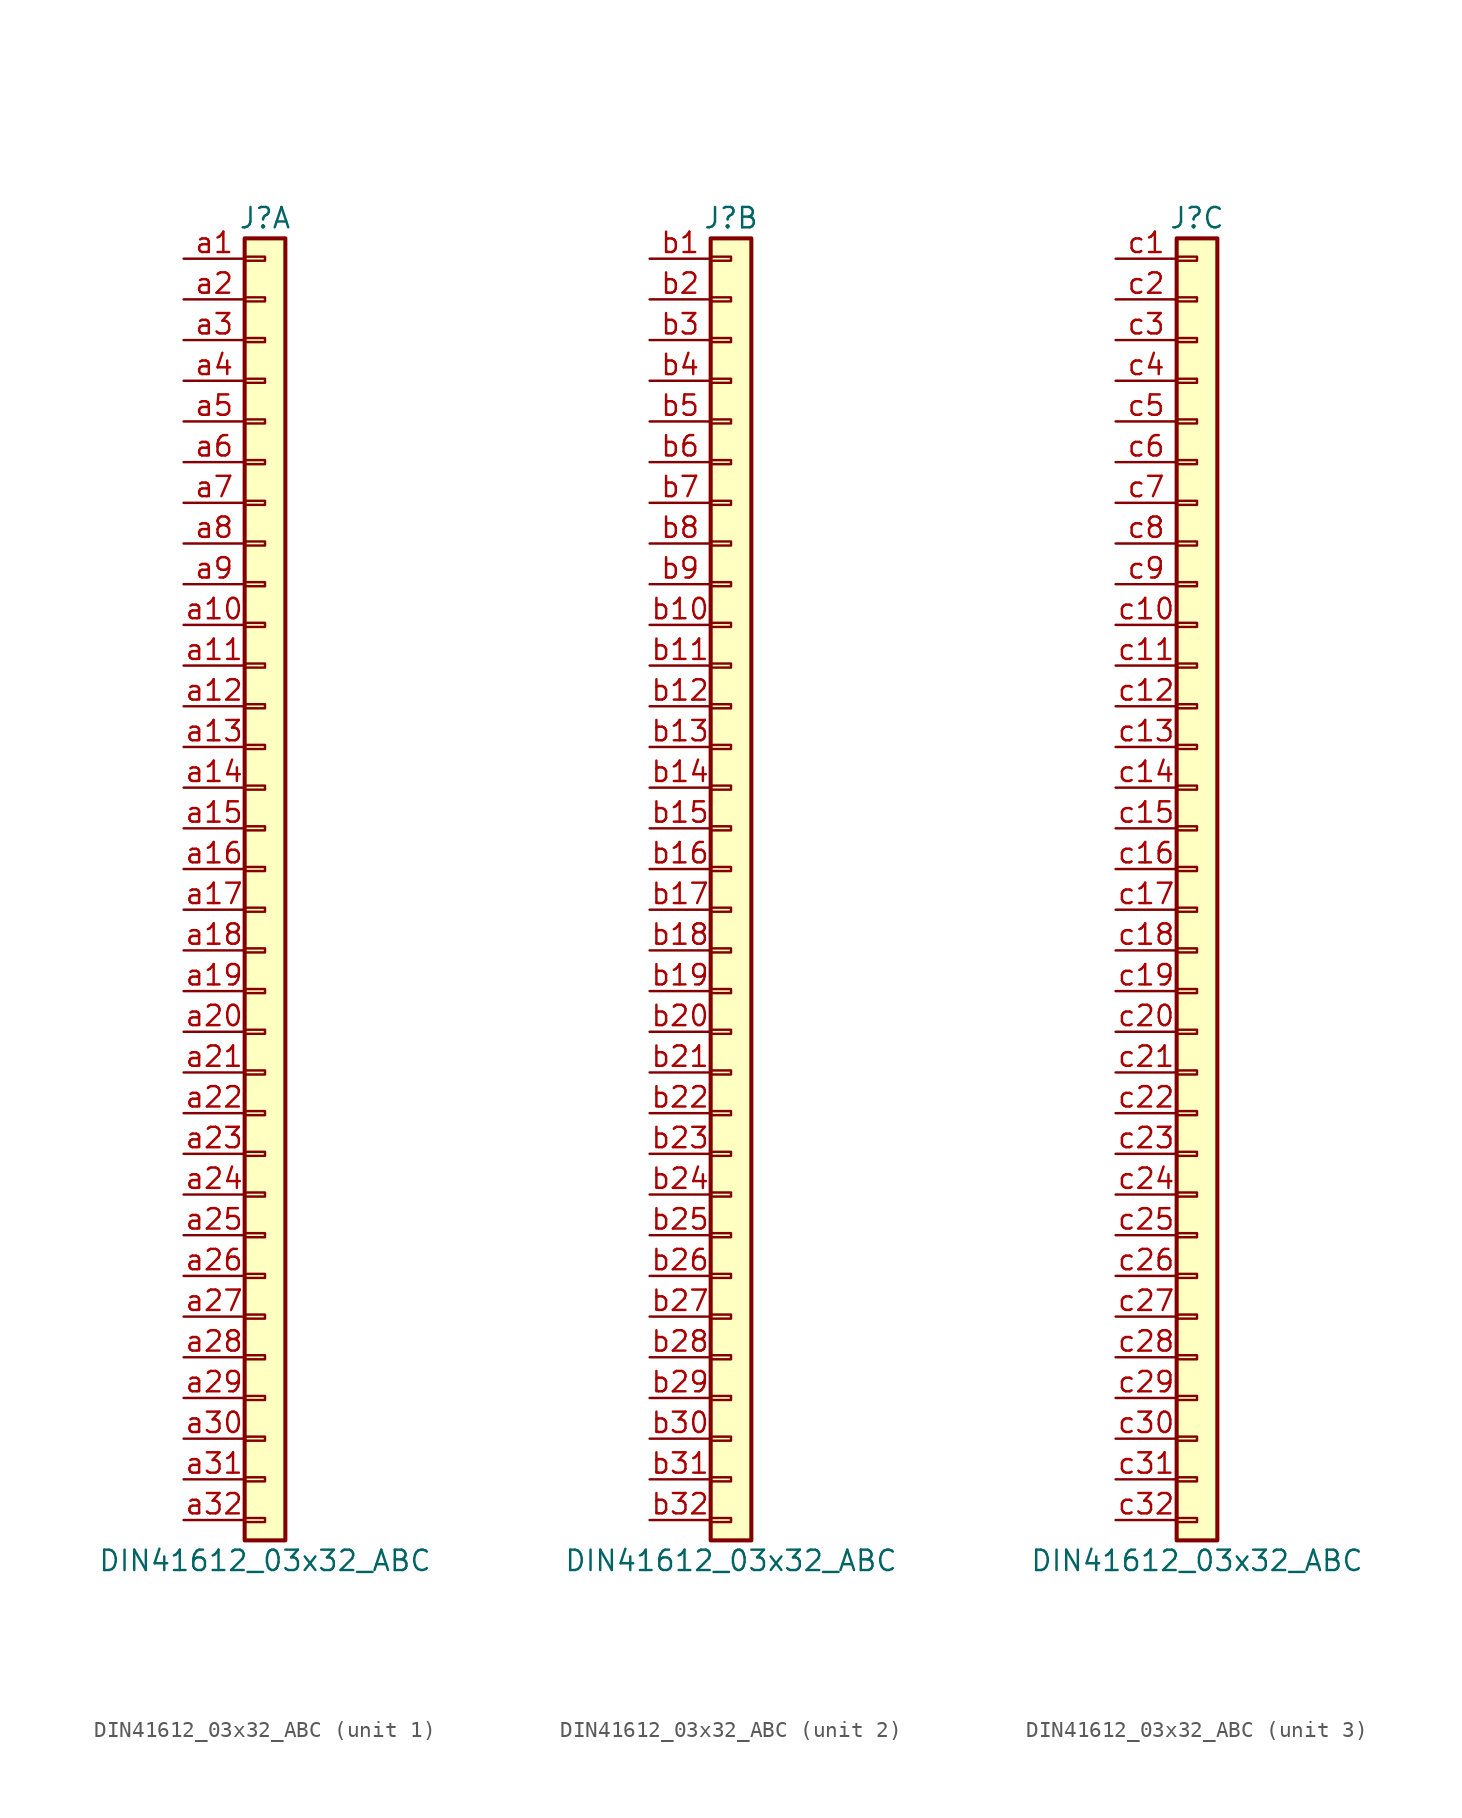
<source format=kicad_sym>
(kicad_symbol_lib
  (version 20220914)
  (generator kicad_symbol_editor)
  (symbol "DIN41612_03x32_ABC"
    (pin_names
      (offset 1.016) hide)
    (property "Reference" "J"
      (at 0 40.64 0)
      (effects (font (size 1.27 1.27))))
    (property "Value" "DIN41612_03x32_ABC"
      (at 0 -43.18 0)
      (effects (font (size 1.27 1.27))))
    (symbol "DIN41612_03x32_ABC_1_1"
      (rectangle (start -1.27 -40.513) (end 0 -40.767) (stroke (width 0.152) (type default)) (fill (type none)))
      (rectangle (start -1.27 -37.973) (end 0 -38.227) (stroke (width 0.152) (type default)) (fill (type none)))
      (rectangle (start -1.27 -35.433) (end 0 -35.687) (stroke (width 0.152) (type default)) (fill (type none)))
      (rectangle (start -1.27 -32.893) (end 0 -33.147) (stroke (width 0.152) (type default)) (fill (type none)))
      (rectangle (start -1.27 -30.353) (end 0 -30.607) (stroke (width 0.152) (type default)) (fill (type none)))
      (rectangle (start -1.27 -27.813) (end 0 -28.067) (stroke (width 0.152) (type default)) (fill (type none)))
      (rectangle (start -1.27 -25.273) (end 0 -25.527) (stroke (width 0.152) (type default)) (fill (type none)))
      (rectangle (start -1.27 -22.733) (end 0 -22.987) (stroke (width 0.152) (type default)) (fill (type none)))
      (rectangle (start -1.27 -20.193) (end 0 -20.447) (stroke (width 0.152) (type default)) (fill (type none)))
      (rectangle (start -1.27 -17.653) (end 0 -17.907) (stroke (width 0.152) (type default)) (fill (type none)))
      (rectangle (start -1.27 -15.113) (end 0 -15.367) (stroke (width 0.152) (type default)) (fill (type none)))
      (rectangle (start -1.27 -12.573) (end 0 -12.827) (stroke (width 0.152) (type default)) (fill (type none)))
      (rectangle (start -1.27 -10.033) (end 0 -10.287) (stroke (width 0.152) (type default)) (fill (type none)))
      (rectangle (start -1.27 -7.493) (end 0 -7.747) (stroke (width 0.152) (type default)) (fill (type none)))
      (rectangle (start -1.27 -4.953) (end 0 -5.207) (stroke (width 0.152) (type default)) (fill (type none)))
      (rectangle (start -1.27 -2.413) (end 0 -2.667) (stroke (width 0.152) (type default)) (fill (type none)))
      (rectangle (start -1.27 0.127) (end 0 -0.127) (stroke (width 0.152) (type default)) (fill (type none)))
      (rectangle (start -1.27 2.667) (end 0 2.413) (stroke (width 0.152) (type default)) (fill (type none)))
      (rectangle (start -1.27 5.207) (end 0 4.953) (stroke (width 0.152) (type default)) (fill (type none)))
      (rectangle (start -1.27 7.747) (end 0 7.493) (stroke (width 0.152) (type default)) (fill (type none)))
      (rectangle (start -1.27 10.287) (end 0 10.033) (stroke (width 0.152) (type default)) (fill (type none)))
      (rectangle (start -1.27 12.827) (end 0 12.573) (stroke (width 0.152) (type default)) (fill (type none)))
      (rectangle (start -1.27 15.367) (end 0 15.113) (stroke (width 0.152) (type default)) (fill (type none)))
      (rectangle (start -1.27 17.907) (end 0 17.653) (stroke (width 0.152) (type default)) (fill (type none)))
      (rectangle (start -1.27 20.447) (end 0 20.193) (stroke (width 0.152) (type default)) (fill (type none)))
      (rectangle (start -1.27 22.987) (end 0 22.733) (stroke (width 0.152) (type default)) (fill (type none)))
      (rectangle (start -1.27 25.527) (end 0 25.273) (stroke (width 0.152) (type default)) (fill (type none)))
      (rectangle (start -1.27 28.067) (end 0 27.813) (stroke (width 0.152) (type default)) (fill (type none)))
      (rectangle (start -1.27 30.607) (end 0 30.353) (stroke (width 0.152) (type default)) (fill (type none)))
      (rectangle (start -1.27 33.147) (end 0 32.893) (stroke (width 0.152) (type default)) (fill (type none)))
      (rectangle (start -1.27 35.687) (end 0 35.433) (stroke (width 0.152) (type default)) (fill (type none)))
      (rectangle (start -1.27 38.227) (end 0 37.973) (stroke (width 0.152) (type default)) (fill (type none)))
      (rectangle (start -1.27 39.37) (end 1.27 -41.91) (stroke (width 0.254) (type default)) (fill (type background)))
      (pin passive line (at -5.08 38.1 0) (length 3.81) (name "Pin_a1" (effects (font (size 1.27 1.27)))) (number "a1" (effects (font (size 1.27 1.27)))))
      (pin passive line (at -5.08 15.24 0) (length 3.81) (name "Pin_a10" (effects (font (size 1.27 1.27)))) (number "a10" (effects (font (size 1.27 1.27)))))
      (pin passive line (at -5.08 12.7 0) (length 3.81) (name "Pin_a11" (effects (font (size 1.27 1.27)))) (number "a11" (effects (font (size 1.27 1.27)))))
      (pin passive line (at -5.08 10.16 0) (length 3.81) (name "Pin_a12" (effects (font (size 1.27 1.27)))) (number "a12" (effects (font (size 1.27 1.27)))))
      (pin passive line (at -5.08 7.62 0) (length 3.81) (name "Pin_a13" (effects (font (size 1.27 1.27)))) (number "a13" (effects (font (size 1.27 1.27)))))
      (pin passive line (at -5.08 5.08 0) (length 3.81) (name "Pin_a14" (effects (font (size 1.27 1.27)))) (number "a14" (effects (font (size 1.27 1.27)))))
      (pin passive line (at -5.08 2.54 0) (length 3.81) (name "Pin_a15" (effects (font (size 1.27 1.27)))) (number "a15" (effects (font (size 1.27 1.27)))))
      (pin passive line (at -5.08 0 0) (length 3.81) (name "Pin_a16" (effects (font (size 1.27 1.27)))) (number "a16" (effects (font (size 1.27 1.27)))))
      (pin passive line (at -5.08 -2.54 0) (length 3.81) (name "Pin_a17" (effects (font (size 1.27 1.27)))) (number "a17" (effects (font (size 1.27 1.27)))))
      (pin passive line (at -5.08 -5.08 0) (length 3.81) (name "Pin_a18" (effects (font (size 1.27 1.27)))) (number "a18" (effects (font (size 1.27 1.27)))))
      (pin passive line (at -5.08 -7.62 0) (length 3.81) (name "Pin_a19" (effects (font (size 1.27 1.27)))) (number "a19" (effects (font (size 1.27 1.27)))))
      (pin passive line (at -5.08 35.56 0) (length 3.81) (name "Pin_a2" (effects (font (size 1.27 1.27)))) (number "a2" (effects (font (size 1.27 1.27)))))
      (pin passive line (at -5.08 -10.16 0) (length 3.81) (name "Pin_a20" (effects (font (size 1.27 1.27)))) (number "a20" (effects (font (size 1.27 1.27)))))
      (pin passive line (at -5.08 -12.7 0) (length 3.81) (name "Pin_a21" (effects (font (size 1.27 1.27)))) (number "a21" (effects (font (size 1.27 1.27)))))
      (pin passive line (at -5.08 -15.24 0) (length 3.81) (name "Pin_a22" (effects (font (size 1.27 1.27)))) (number "a22" (effects (font (size 1.27 1.27)))))
      (pin passive line (at -5.08 -17.78 0) (length 3.81) (name "Pin_a23" (effects (font (size 1.27 1.27)))) (number "a23" (effects (font (size 1.27 1.27)))))
      (pin passive line (at -5.08 -20.32 0) (length 3.81) (name "Pin_a24" (effects (font (size 1.27 1.27)))) (number "a24" (effects (font (size 1.27 1.27)))))
      (pin passive line (at -5.08 -22.86 0) (length 3.81) (name "Pin_a25" (effects (font (size 1.27 1.27)))) (number "a25" (effects (font (size 1.27 1.27)))))
      (pin passive line (at -5.08 -25.4 0) (length 3.81) (name "Pin_a26" (effects (font (size 1.27 1.27)))) (number "a26" (effects (font (size 1.27 1.27)))))
      (pin passive line (at -5.08 -27.94 0) (length 3.81) (name "Pin_a27" (effects (font (size 1.27 1.27)))) (number "a27" (effects (font (size 1.27 1.27)))))
      (pin passive line (at -5.08 -30.48 0) (length 3.81) (name "Pin_a28" (effects (font (size 1.27 1.27)))) (number "a28" (effects (font (size 1.27 1.27)))))
      (pin passive line (at -5.08 -33.02 0) (length 3.81) (name "Pin_a29" (effects (font (size 1.27 1.27)))) (number "a29" (effects (font (size 1.27 1.27)))))
      (pin passive line (at -5.08 33.02 0) (length 3.81) (name "Pin_a3" (effects (font (size 1.27 1.27)))) (number "a3" (effects (font (size 1.27 1.27)))))
      (pin passive line (at -5.08 -35.56 0) (length 3.81) (name "Pin_a30" (effects (font (size 1.27 1.27)))) (number "a30" (effects (font (size 1.27 1.27)))))
      (pin passive line (at -5.08 -38.1 0) (length 3.81) (name "Pin_a31" (effects (font (size 1.27 1.27)))) (number "a31" (effects (font (size 1.27 1.27)))))
      (pin passive line (at -5.08 -40.64 0) (length 3.81) (name "Pin_a32" (effects (font (size 1.27 1.27)))) (number "a32" (effects (font (size 1.27 1.27)))))
      (pin passive line (at -5.08 30.48 0) (length 3.81) (name "Pin_a4" (effects (font (size 1.27 1.27)))) (number "a4" (effects (font (size 1.27 1.27)))))
      (pin passive line (at -5.08 27.94 0) (length 3.81) (name "Pin_a5" (effects (font (size 1.27 1.27)))) (number "a5" (effects (font (size 1.27 1.27)))))
      (pin passive line (at -5.08 25.4 0) (length 3.81) (name "Pin_a6" (effects (font (size 1.27 1.27)))) (number "a6" (effects (font (size 1.27 1.27)))))
      (pin passive line (at -5.08 22.86 0) (length 3.81) (name "Pin_a7" (effects (font (size 1.27 1.27)))) (number "a7" (effects (font (size 1.27 1.27)))))
      (pin passive line (at -5.08 20.32 0) (length 3.81) (name "Pin_a8" (effects (font (size 1.27 1.27)))) (number "a8" (effects (font (size 1.27 1.27)))))
      (pin passive line (at -5.08 17.78 0) (length 3.81) (name "Pin_a9" (effects (font (size 1.27 1.27)))) (number "a9" (effects (font (size 1.27 1.27))))))
    (symbol "DIN41612_03x32_ABC_2_1"
      (rectangle (start -1.27 -40.513) (end 0 -40.767) (stroke (width 0.152) (type default)) (fill (type none)))
      (rectangle (start -1.27 -37.973) (end 0 -38.227) (stroke (width 0.152) (type default)) (fill (type none)))
      (rectangle (start -1.27 -35.433) (end 0 -35.687) (stroke (width 0.152) (type default)) (fill (type none)))
      (rectangle (start -1.27 -32.893) (end 0 -33.147) (stroke (width 0.152) (type default)) (fill (type none)))
      (rectangle (start -1.27 -30.353) (end 0 -30.607) (stroke (width 0.152) (type default)) (fill (type none)))
      (rectangle (start -1.27 -27.813) (end 0 -28.067) (stroke (width 0.152) (type default)) (fill (type none)))
      (rectangle (start -1.27 -25.273) (end 0 -25.527) (stroke (width 0.152) (type default)) (fill (type none)))
      (rectangle (start -1.27 -22.733) (end 0 -22.987) (stroke (width 0.152) (type default)) (fill (type none)))
      (rectangle (start -1.27 -20.193) (end 0 -20.447) (stroke (width 0.152) (type default)) (fill (type none)))
      (rectangle (start -1.27 -17.653) (end 0 -17.907) (stroke (width 0.152) (type default)) (fill (type none)))
      (rectangle (start -1.27 -15.113) (end 0 -15.367) (stroke (width 0.152) (type default)) (fill (type none)))
      (rectangle (start -1.27 -12.573) (end 0 -12.827) (stroke (width 0.152) (type default)) (fill (type none)))
      (rectangle (start -1.27 -10.033) (end 0 -10.287) (stroke (width 0.152) (type default)) (fill (type none)))
      (rectangle (start -1.27 -7.493) (end 0 -7.747) (stroke (width 0.152) (type default)) (fill (type none)))
      (rectangle (start -1.27 -4.953) (end 0 -5.207) (stroke (width 0.152) (type default)) (fill (type none)))
      (rectangle (start -1.27 -2.413) (end 0 -2.667) (stroke (width 0.152) (type default)) (fill (type none)))
      (rectangle (start -1.27 0.127) (end 0 -0.127) (stroke (width 0.152) (type default)) (fill (type none)))
      (rectangle (start -1.27 2.667) (end 0 2.413) (stroke (width 0.152) (type default)) (fill (type none)))
      (rectangle (start -1.27 5.207) (end 0 4.953) (stroke (width 0.152) (type default)) (fill (type none)))
      (rectangle (start -1.27 7.747) (end 0 7.493) (stroke (width 0.152) (type default)) (fill (type none)))
      (rectangle (start -1.27 10.287) (end 0 10.033) (stroke (width 0.152) (type default)) (fill (type none)))
      (rectangle (start -1.27 12.827) (end 0 12.573) (stroke (width 0.152) (type default)) (fill (type none)))
      (rectangle (start -1.27 15.367) (end 0 15.113) (stroke (width 0.152) (type default)) (fill (type none)))
      (rectangle (start -1.27 17.907) (end 0 17.653) (stroke (width 0.152) (type default)) (fill (type none)))
      (rectangle (start -1.27 20.447) (end 0 20.193) (stroke (width 0.152) (type default)) (fill (type none)))
      (rectangle (start -1.27 22.987) (end 0 22.733) (stroke (width 0.152) (type default)) (fill (type none)))
      (rectangle (start -1.27 25.527) (end 0 25.273) (stroke (width 0.152) (type default)) (fill (type none)))
      (rectangle (start -1.27 28.067) (end 0 27.813) (stroke (width 0.152) (type default)) (fill (type none)))
      (rectangle (start -1.27 30.607) (end 0 30.353) (stroke (width 0.152) (type default)) (fill (type none)))
      (rectangle (start -1.27 33.147) (end 0 32.893) (stroke (width 0.152) (type default)) (fill (type none)))
      (rectangle (start -1.27 35.687) (end 0 35.433) (stroke (width 0.152) (type default)) (fill (type none)))
      (rectangle (start -1.27 38.227) (end 0 37.973) (stroke (width 0.152) (type default)) (fill (type none)))
      (rectangle (start -1.27 39.37) (end 1.27 -41.91) (stroke (width 0.254) (type default)) (fill (type background)))
      (pin passive line (at -5.08 38.1 0) (length 3.81) (name "Pin_b1" (effects (font (size 1.27 1.27)))) (number "b1" (effects (font (size 1.27 1.27)))))
      (pin passive line (at -5.08 15.24 0) (length 3.81) (name "Pin_b10" (effects (font (size 1.27 1.27)))) (number "b10" (effects (font (size 1.27 1.27)))))
      (pin passive line (at -5.08 12.7 0) (length 3.81) (name "Pin_b11" (effects (font (size 1.27 1.27)))) (number "b11" (effects (font (size 1.27 1.27)))))
      (pin passive line (at -5.08 10.16 0) (length 3.81) (name "Pin_b12" (effects (font (size 1.27 1.27)))) (number "b12" (effects (font (size 1.27 1.27)))))
      (pin passive line (at -5.08 7.62 0) (length 3.81) (name "Pin_b13" (effects (font (size 1.27 1.27)))) (number "b13" (effects (font (size 1.27 1.27)))))
      (pin passive line (at -5.08 5.08 0) (length 3.81) (name "Pin_b14" (effects (font (size 1.27 1.27)))) (number "b14" (effects (font (size 1.27 1.27)))))
      (pin passive line (at -5.08 2.54 0) (length 3.81) (name "Pin_b15" (effects (font (size 1.27 1.27)))) (number "b15" (effects (font (size 1.27 1.27)))))
      (pin passive line (at -5.08 0 0) (length 3.81) (name "Pin_b16" (effects (font (size 1.27 1.27)))) (number "b16" (effects (font (size 1.27 1.27)))))
      (pin passive line (at -5.08 -2.54 0) (length 3.81) (name "Pin_b17" (effects (font (size 1.27 1.27)))) (number "b17" (effects (font (size 1.27 1.27)))))
      (pin passive line (at -5.08 -5.08 0) (length 3.81) (name "Pin_b18" (effects (font (size 1.27 1.27)))) (number "b18" (effects (font (size 1.27 1.27)))))
      (pin passive line (at -5.08 -7.62 0) (length 3.81) (name "Pin_b19" (effects (font (size 1.27 1.27)))) (number "b19" (effects (font (size 1.27 1.27)))))
      (pin passive line (at -5.08 35.56 0) (length 3.81) (name "Pin_b2" (effects (font (size 1.27 1.27)))) (number "b2" (effects (font (size 1.27 1.27)))))
      (pin passive line (at -5.08 -10.16 0) (length 3.81) (name "Pin_b20" (effects (font (size 1.27 1.27)))) (number "b20" (effects (font (size 1.27 1.27)))))
      (pin passive line (at -5.08 -12.7 0) (length 3.81) (name "Pin_b21" (effects (font (size 1.27 1.27)))) (number "b21" (effects (font (size 1.27 1.27)))))
      (pin passive line (at -5.08 -15.24 0) (length 3.81) (name "Pin_b22" (effects (font (size 1.27 1.27)))) (number "b22" (effects (font (size 1.27 1.27)))))
      (pin passive line (at -5.08 -17.78 0) (length 3.81) (name "Pin_b23" (effects (font (size 1.27 1.27)))) (number "b23" (effects (font (size 1.27 1.27)))))
      (pin passive line (at -5.08 -20.32 0) (length 3.81) (name "Pin_b24" (effects (font (size 1.27 1.27)))) (number "b24" (effects (font (size 1.27 1.27)))))
      (pin passive line (at -5.08 -22.86 0) (length 3.81) (name "Pin_b25" (effects (font (size 1.27 1.27)))) (number "b25" (effects (font (size 1.27 1.27)))))
      (pin passive line (at -5.08 -25.4 0) (length 3.81) (name "Pin_b26" (effects (font (size 1.27 1.27)))) (number "b26" (effects (font (size 1.27 1.27)))))
      (pin passive line (at -5.08 -27.94 0) (length 3.81) (name "Pin_b27" (effects (font (size 1.27 1.27)))) (number "b27" (effects (font (size 1.27 1.27)))))
      (pin passive line (at -5.08 -30.48 0) (length 3.81) (name "Pin_b28" (effects (font (size 1.27 1.27)))) (number "b28" (effects (font (size 1.27 1.27)))))
      (pin passive line (at -5.08 -33.02 0) (length 3.81) (name "Pin_b29" (effects (font (size 1.27 1.27)))) (number "b29" (effects (font (size 1.27 1.27)))))
      (pin passive line (at -5.08 33.02 0) (length 3.81) (name "Pin_b3" (effects (font (size 1.27 1.27)))) (number "b3" (effects (font (size 1.27 1.27)))))
      (pin passive line (at -5.08 -35.56 0) (length 3.81) (name "Pin_b30" (effects (font (size 1.27 1.27)))) (number "b30" (effects (font (size 1.27 1.27)))))
      (pin passive line (at -5.08 -38.1 0) (length 3.81) (name "Pin_b31" (effects (font (size 1.27 1.27)))) (number "b31" (effects (font (size 1.27 1.27)))))
      (pin passive line (at -5.08 -40.64 0) (length 3.81) (name "Pin_b32" (effects (font (size 1.27 1.27)))) (number "b32" (effects (font (size 1.27 1.27)))))
      (pin passive line (at -5.08 30.48 0) (length 3.81) (name "Pin_b4" (effects (font (size 1.27 1.27)))) (number "b4" (effects (font (size 1.27 1.27)))))
      (pin passive line (at -5.08 27.94 0) (length 3.81) (name "Pin_b5" (effects (font (size 1.27 1.27)))) (number "b5" (effects (font (size 1.27 1.27)))))
      (pin passive line (at -5.08 25.4 0) (length 3.81) (name "Pin_b6" (effects (font (size 1.27 1.27)))) (number "b6" (effects (font (size 1.27 1.27)))))
      (pin passive line (at -5.08 22.86 0) (length 3.81) (name "Pin_b7" (effects (font (size 1.27 1.27)))) (number "b7" (effects (font (size 1.27 1.27)))))
      (pin passive line (at -5.08 20.32 0) (length 3.81) (name "Pin_b8" (effects (font (size 1.27 1.27)))) (number "b8" (effects (font (size 1.27 1.27)))))
      (pin passive line (at -5.08 17.78 0) (length 3.81) (name "Pin_b9" (effects (font (size 1.27 1.27)))) (number "b9" (effects (font (size 1.27 1.27))))))
    (symbol "DIN41612_03x32_ABC_3_1"
      (rectangle (start -1.27 -40.513) (end 0 -40.767) (stroke (width 0.152) (type default)) (fill (type none)))
      (rectangle (start -1.27 -37.973) (end 0 -38.227) (stroke (width 0.152) (type default)) (fill (type none)))
      (rectangle (start -1.27 -35.433) (end 0 -35.687) (stroke (width 0.152) (type default)) (fill (type none)))
      (rectangle (start -1.27 -32.893) (end 0 -33.147) (stroke (width 0.152) (type default)) (fill (type none)))
      (rectangle (start -1.27 -30.353) (end 0 -30.607) (stroke (width 0.152) (type default)) (fill (type none)))
      (rectangle (start -1.27 -27.813) (end 0 -28.067) (stroke (width 0.152) (type default)) (fill (type none)))
      (rectangle (start -1.27 -25.273) (end 0 -25.527) (stroke (width 0.152) (type default)) (fill (type none)))
      (rectangle (start -1.27 -22.733) (end 0 -22.987) (stroke (width 0.152) (type default)) (fill (type none)))
      (rectangle (start -1.27 -20.193) (end 0 -20.447) (stroke (width 0.152) (type default)) (fill (type none)))
      (rectangle (start -1.27 -17.653) (end 0 -17.907) (stroke (width 0.152) (type default)) (fill (type none)))
      (rectangle (start -1.27 -15.113) (end 0 -15.367) (stroke (width 0.152) (type default)) (fill (type none)))
      (rectangle (start -1.27 -12.573) (end 0 -12.827) (stroke (width 0.152) (type default)) (fill (type none)))
      (rectangle (start -1.27 -10.033) (end 0 -10.287) (stroke (width 0.152) (type default)) (fill (type none)))
      (rectangle (start -1.27 -7.493) (end 0 -7.747) (stroke (width 0.152) (type default)) (fill (type none)))
      (rectangle (start -1.27 -4.953) (end 0 -5.207) (stroke (width 0.152) (type default)) (fill (type none)))
      (rectangle (start -1.27 -2.413) (end 0 -2.667) (stroke (width 0.152) (type default)) (fill (type none)))
      (rectangle (start -1.27 0.127) (end 0 -0.127) (stroke (width 0.152) (type default)) (fill (type none)))
      (rectangle (start -1.27 2.667) (end 0 2.413) (stroke (width 0.152) (type default)) (fill (type none)))
      (rectangle (start -1.27 5.207) (end 0 4.953) (stroke (width 0.152) (type default)) (fill (type none)))
      (rectangle (start -1.27 7.747) (end 0 7.493) (stroke (width 0.152) (type default)) (fill (type none)))
      (rectangle (start -1.27 10.287) (end 0 10.033) (stroke (width 0.152) (type default)) (fill (type none)))
      (rectangle (start -1.27 12.827) (end 0 12.573) (stroke (width 0.152) (type default)) (fill (type none)))
      (rectangle (start -1.27 15.367) (end 0 15.113) (stroke (width 0.152) (type default)) (fill (type none)))
      (rectangle (start -1.27 17.907) (end 0 17.653) (stroke (width 0.152) (type default)) (fill (type none)))
      (rectangle (start -1.27 20.447) (end 0 20.193) (stroke (width 0.152) (type default)) (fill (type none)))
      (rectangle (start -1.27 22.987) (end 0 22.733) (stroke (width 0.152) (type default)) (fill (type none)))
      (rectangle (start -1.27 25.527) (end 0 25.273) (stroke (width 0.152) (type default)) (fill (type none)))
      (rectangle (start -1.27 28.067) (end 0 27.813) (stroke (width 0.152) (type default)) (fill (type none)))
      (rectangle (start -1.27 30.607) (end 0 30.353) (stroke (width 0.152) (type default)) (fill (type none)))
      (rectangle (start -1.27 33.147) (end 0 32.893) (stroke (width 0.152) (type default)) (fill (type none)))
      (rectangle (start -1.27 35.687) (end 0 35.433) (stroke (width 0.152) (type default)) (fill (type none)))
      (rectangle (start -1.27 38.227) (end 0 37.973) (stroke (width 0.152) (type default)) (fill (type none)))
      (rectangle (start -1.27 39.37) (end 1.27 -41.91) (stroke (width 0.254) (type default)) (fill (type background)))
      (pin passive line (at -5.08 38.1 0) (length 3.81) (name "Pin_c1" (effects (font (size 1.27 1.27)))) (number "c1" (effects (font (size 1.27 1.27)))))
      (pin passive line (at -5.08 15.24 0) (length 3.81) (name "Pin_c10" (effects (font (size 1.27 1.27)))) (number "c10" (effects (font (size 1.27 1.27)))))
      (pin passive line (at -5.08 12.7 0) (length 3.81) (name "Pin_c11" (effects (font (size 1.27 1.27)))) (number "c11" (effects (font (size 1.27 1.27)))))
      (pin passive line (at -5.08 10.16 0) (length 3.81) (name "Pin_c12" (effects (font (size 1.27 1.27)))) (number "c12" (effects (font (size 1.27 1.27)))))
      (pin passive line (at -5.08 7.62 0) (length 3.81) (name "Pin_c13" (effects (font (size 1.27 1.27)))) (number "c13" (effects (font (size 1.27 1.27)))))
      (pin passive line (at -5.08 5.08 0) (length 3.81) (name "Pin_c14" (effects (font (size 1.27 1.27)))) (number "c14" (effects (font (size 1.27 1.27)))))
      (pin passive line (at -5.08 2.54 0) (length 3.81) (name "Pin_c15" (effects (font (size 1.27 1.27)))) (number "c15" (effects (font (size 1.27 1.27)))))
      (pin passive line (at -5.08 0 0) (length 3.81) (name "Pin_c16" (effects (font (size 1.27 1.27)))) (number "c16" (effects (font (size 1.27 1.27)))))
      (pin passive line (at -5.08 -2.54 0) (length 3.81) (name "Pin_c17" (effects (font (size 1.27 1.27)))) (number "c17" (effects (font (size 1.27 1.27)))))
      (pin passive line (at -5.08 -5.08 0) (length 3.81) (name "Pin_c18" (effects (font (size 1.27 1.27)))) (number "c18" (effects (font (size 1.27 1.27)))))
      (pin passive line (at -5.08 -7.62 0) (length 3.81) (name "Pin_c19" (effects (font (size 1.27 1.27)))) (number "c19" (effects (font (size 1.27 1.27)))))
      (pin passive line (at -5.08 35.56 0) (length 3.81) (name "Pin_c2" (effects (font (size 1.27 1.27)))) (number "c2" (effects (font (size 1.27 1.27)))))
      (pin passive line (at -5.08 -10.16 0) (length 3.81) (name "Pin_c20" (effects (font (size 1.27 1.27)))) (number "c20" (effects (font (size 1.27 1.27)))))
      (pin passive line (at -5.08 -12.7 0) (length 3.81) (name "Pin_c21" (effects (font (size 1.27 1.27)))) (number "c21" (effects (font (size 1.27 1.27)))))
      (pin passive line (at -5.08 -15.24 0) (length 3.81) (name "Pin_c22" (effects (font (size 1.27 1.27)))) (number "c22" (effects (font (size 1.27 1.27)))))
      (pin passive line (at -5.08 -17.78 0) (length 3.81) (name "Pin_c23" (effects (font (size 1.27 1.27)))) (number "c23" (effects (font (size 1.27 1.27)))))
      (pin passive line (at -5.08 -20.32 0) (length 3.81) (name "Pin_c24" (effects (font (size 1.27 1.27)))) (number "c24" (effects (font (size 1.27 1.27)))))
      (pin passive line (at -5.08 -22.86 0) (length 3.81) (name "Pin_c25" (effects (font (size 1.27 1.27)))) (number "c25" (effects (font (size 1.27 1.27)))))
      (pin passive line (at -5.08 -25.4 0) (length 3.81) (name "Pin_c26" (effects (font (size 1.27 1.27)))) (number "c26" (effects (font (size 1.27 1.27)))))
      (pin passive line (at -5.08 -27.94 0) (length 3.81) (name "Pin_c27" (effects (font (size 1.27 1.27)))) (number "c27" (effects (font (size 1.27 1.27)))))
      (pin passive line (at -5.08 -30.48 0) (length 3.81) (name "Pin_c28" (effects (font (size 1.27 1.27)))) (number "c28" (effects (font (size 1.27 1.27)))))
      (pin passive line (at -5.08 -33.02 0) (length 3.81) (name "Pin_c29" (effects (font (size 1.27 1.27)))) (number "c29" (effects (font (size 1.27 1.27)))))
      (pin passive line (at -5.08 33.02 0) (length 3.81) (name "Pin_c3" (effects (font (size 1.27 1.27)))) (number "c3" (effects (font (size 1.27 1.27)))))
      (pin passive line (at -5.08 -35.56 0) (length 3.81) (name "Pin_c30" (effects (font (size 1.27 1.27)))) (number "c30" (effects (font (size 1.27 1.27)))))
      (pin passive line (at -5.08 -38.1 0) (length 3.81) (name "Pin_c31" (effects (font (size 1.27 1.27)))) (number "c31" (effects (font (size 1.27 1.27)))))
      (pin passive line (at -5.08 -40.64 0) (length 3.81) (name "Pin_c32" (effects (font (size 1.27 1.27)))) (number "c32" (effects (font (size 1.27 1.27)))))
      (pin passive line (at -5.08 30.48 0) (length 3.81) (name "Pin_c4" (effects (font (size 1.27 1.27)))) (number "c4" (effects (font (size 1.27 1.27)))))
      (pin passive line (at -5.08 27.94 0) (length 3.81) (name "Pin_c5" (effects (font (size 1.27 1.27)))) (number "c5" (effects (font (size 1.27 1.27)))))
      (pin passive line (at -5.08 25.4 0) (length 3.81) (name "Pin_c6" (effects (font (size 1.27 1.27)))) (number "c6" (effects (font (size 1.27 1.27)))))
      (pin passive line (at -5.08 22.86 0) (length 3.81) (name "Pin_c7" (effects (font (size 1.27 1.27)))) (number "c7" (effects (font (size 1.27 1.27)))))
      (pin passive line (at -5.08 20.32 0) (length 3.81) (name "Pin_c8" (effects (font (size 1.27 1.27)))) (number "c8" (effects (font (size 1.27 1.27)))))
      (pin passive line (at -5.08 17.78 0) (length 3.81) (name "Pin_c9" (effects (font (size 1.27 1.27)))) (number "c9" (effects (font (size 1.27 1.27))))))))
</source>
